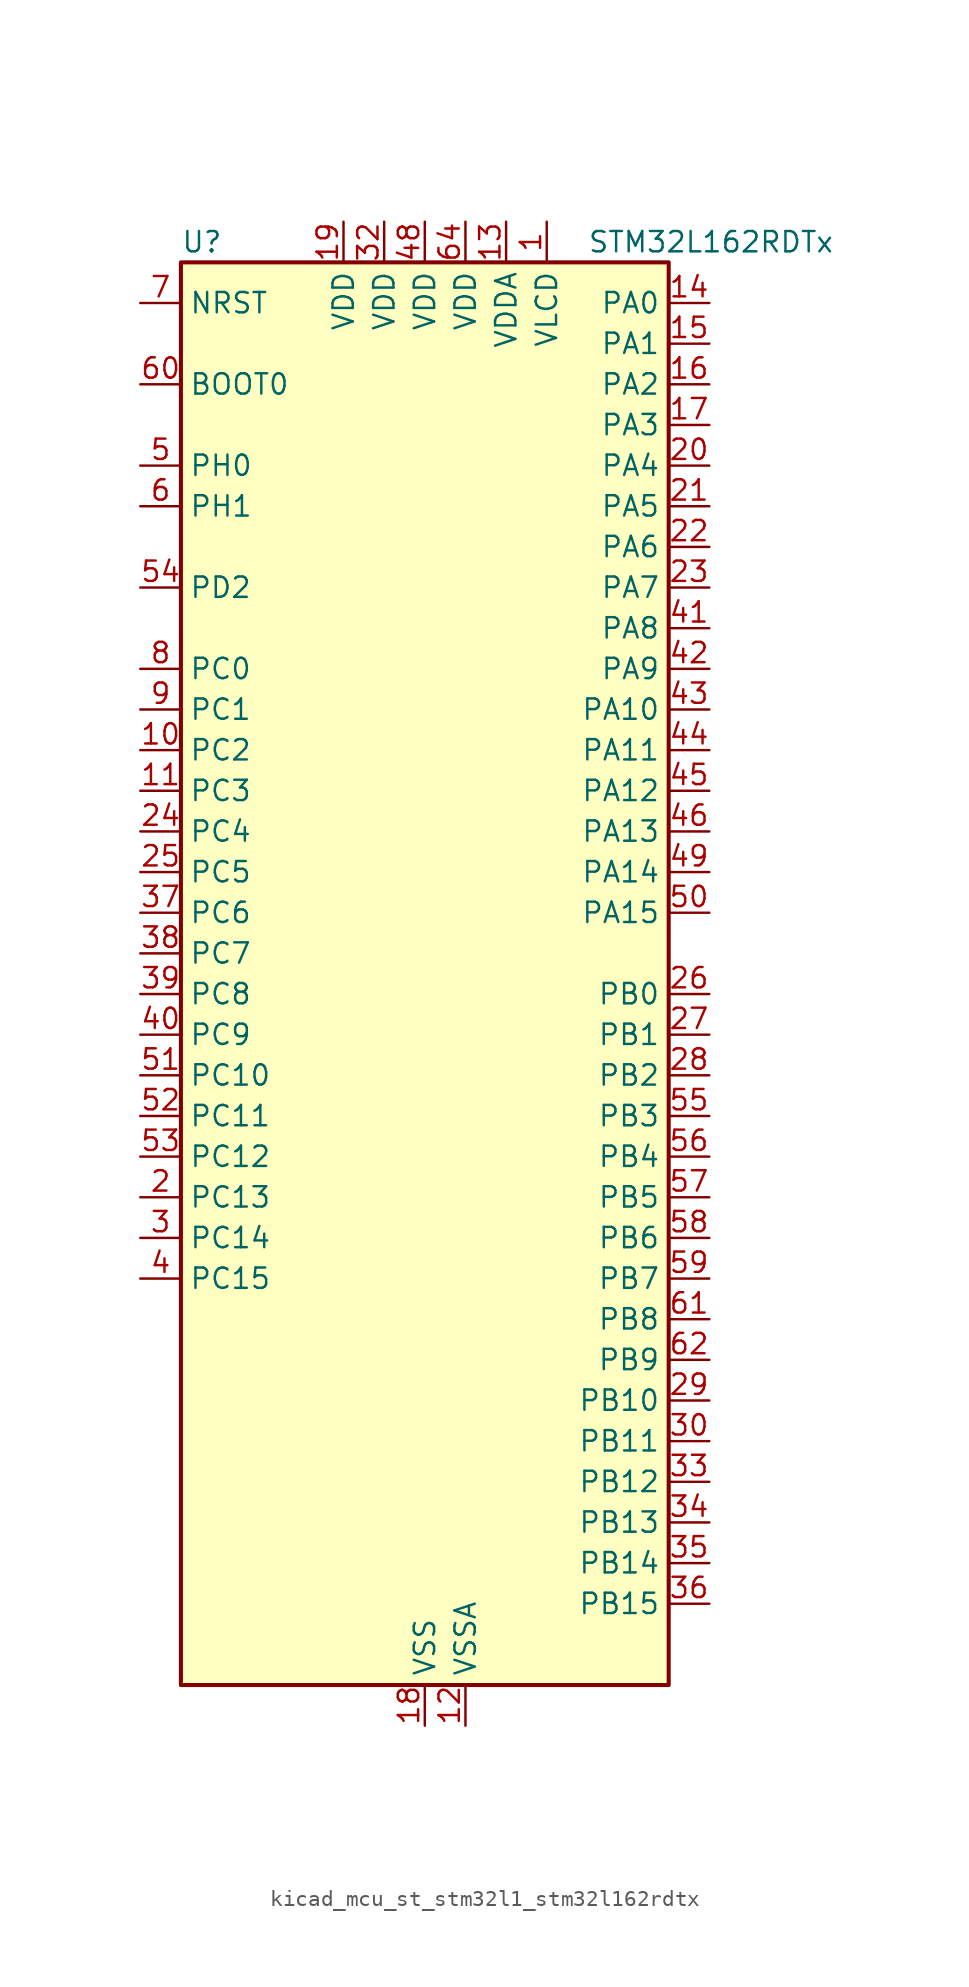
<source format=kicad_sym>
(kicad_symbol_lib
  (version 20220914)
  (generator kicad_symbol_editor)
  (symbol "kicad_mcu_st_stm32l1_stm32l162rdtx"
    (property "Reference" "U"
      (at -15.24 46.99 0)
      (effects (font (size 1.27 1.27)) (justify left)))
    (property "Value" "STM32L162RDTx"
      (at 10.16 46.99 0)
      (effects (font (size 1.27 1.27)) (justify left)))
    (property "ki_locked" ""
      (at 0 0 0)
      (effects (font (size 1.27 1.27))))
    (symbol "kicad_mcu_st_stm32l1_stm32l162rdtx_0_1"
      (rectangle (start -15.24 -43.18) (end 15.24 45.72) (stroke (width 0.254) (type default)) (fill (type background))))
    (symbol "kicad_mcu_st_stm32l1_stm32l162rdtx_1_1"
      (pin power_in line (at 7.62 48.26 270) (length 2.54) (name "VLCD" (effects (font (size 1.27 1.27)))) (number "1" (effects (font (size 1.27 1.27)))))
      (pin bidirectional line (at -17.78 15.24 0) (length 2.54) (name "PC2" (effects (font (size 1.27 1.27)))) (number "10" (effects (font (size 1.27 1.27)))) (alternate "ADC_IN12" bidirectional line) (alternate "COMP1_INP" bidirectional line) (alternate "LCD_SEG20" bidirectional line) (alternate "OPAMP3_VINM" bidirectional line) (alternate "TIMX_IC3" bidirectional line) (alternate "TS_G8_IO3" bidirectional line))
      (pin bidirectional line (at -17.78 12.7 0) (length 2.54) (name "PC3" (effects (font (size 1.27 1.27)))) (number "11" (effects (font (size 1.27 1.27)))) (alternate "ADC_IN13" bidirectional line) (alternate "COMP1_INP" bidirectional line) (alternate "LCD_SEG21" bidirectional line) (alternate "OPAMP3_VOUT" bidirectional line) (alternate "TIMX_IC4" bidirectional line) (alternate "TS_G8_IO4" bidirectional line))
      (pin power_in line (at 2.54 -45.72 90) (length 2.54) (name "VSSA" (effects (font (size 1.27 1.27)))) (number "12" (effects (font (size 1.27 1.27)))))
      (pin power_in line (at 5.08 48.26 270) (length 2.54) (name "VDDA" (effects (font (size 1.27 1.27)))) (number "13" (effects (font (size 1.27 1.27)))))
      (pin bidirectional line (at 17.78 43.18 180) (length 2.54) (name "PA0" (effects (font (size 1.27 1.27)))) (number "14" (effects (font (size 1.27 1.27)))) (alternate "ADC_IN0" bidirectional line) (alternate "COMP1_INP" bidirectional line) (alternate "RTC_TAMP2" bidirectional line) (alternate "SYS_WKUP1" bidirectional line) (alternate "TIM2_CH1" bidirectional line) (alternate "TIM2_ETR" bidirectional line) (alternate "TIM5_CH1" bidirectional line) (alternate "TIMX_IC1" bidirectional line) (alternate "TS_G1_IO1" bidirectional line) (alternate "USART2_CTS" bidirectional line))
      (pin bidirectional line (at 17.78 40.64 180) (length 2.54) (name "PA1" (effects (font (size 1.27 1.27)))) (number "15" (effects (font (size 1.27 1.27)))) (alternate "ADC_IN1" bidirectional line) (alternate "COMP1_INP" bidirectional line) (alternate "LCD_SEG0" bidirectional line) (alternate "OPAMP1_VINP" bidirectional line) (alternate "TIM2_CH2" bidirectional line) (alternate "TIM5_CH2" bidirectional line) (alternate "TIMX_IC2" bidirectional line) (alternate "TS_G1_IO2" bidirectional line) (alternate "USART2_RTS" bidirectional line))
      (pin bidirectional line (at 17.78 38.1 180) (length 2.54) (name "PA2" (effects (font (size 1.27 1.27)))) (number "16" (effects (font (size 1.27 1.27)))) (alternate "ADC_IN2" bidirectional line) (alternate "COMP1_INP" bidirectional line) (alternate "LCD_SEG1" bidirectional line) (alternate "OPAMP1_VINM" bidirectional line) (alternate "TIM2_CH3" bidirectional line) (alternate "TIM5_CH3" bidirectional line) (alternate "TIM9_CH1" bidirectional line) (alternate "TIMX_IC3" bidirectional line) (alternate "TS_G1_IO3" bidirectional line) (alternate "USART2_TX" bidirectional line))
      (pin bidirectional line (at 17.78 35.56 180) (length 2.54) (name "PA3" (effects (font (size 1.27 1.27)))) (number "17" (effects (font (size 1.27 1.27)))) (alternate "ADC_IN3" bidirectional line) (alternate "COMP1_INP" bidirectional line) (alternate "LCD_SEG2" bidirectional line) (alternate "OPAMP1_VOUT" bidirectional line) (alternate "TIM2_CH4" bidirectional line) (alternate "TIM5_CH4" bidirectional line) (alternate "TIM9_CH2" bidirectional line) (alternate "TIMX_IC4" bidirectional line) (alternate "TS_G1_IO4" bidirectional line) (alternate "USART2_RX" bidirectional line))
      (pin power_in line (at 0 -45.72 90) (length 2.54) (name "VSS" (effects (font (size 1.27 1.27)))) (number "18" (effects (font (size 1.27 1.27)))))
      (pin power_in line (at -5.08 48.26 270) (length 2.54) (name "VDD" (effects (font (size 1.27 1.27)))) (number "19" (effects (font (size 1.27 1.27)))))
      (pin bidirectional line (at -17.78 -12.7 0) (length 2.54) (name "PC13" (effects (font (size 1.27 1.27)))) (number "2" (effects (font (size 1.27 1.27)))) (alternate "RTC_OUT_ALARM" bidirectional line) (alternate "RTC_OUT_CALIB" bidirectional line) (alternate "RTC_TAMP1" bidirectional line) (alternate "RTC_TS" bidirectional line) (alternate "SYS_WKUP2" bidirectional line) (alternate "TIMX_IC2" bidirectional line))
      (pin bidirectional line (at 17.78 33.02 180) (length 2.54) (name "PA4" (effects (font (size 1.27 1.27)))) (number "20" (effects (font (size 1.27 1.27)))) (alternate "ADC_IN4" bidirectional line) (alternate "COMP1_INP" bidirectional line) (alternate "DAC_OUT1" bidirectional line) (alternate "I2S3_WS" bidirectional line) (alternate "SPI1_NSS" bidirectional line) (alternate "SPI3_NSS" bidirectional line) (alternate "TIMX_IC1" bidirectional line) (alternate "USART2_CK" bidirectional line))
      (pin bidirectional line (at 17.78 30.48 180) (length 2.54) (name "PA5" (effects (font (size 1.27 1.27)))) (number "21" (effects (font (size 1.27 1.27)))) (alternate "ADC_IN5" bidirectional line) (alternate "COMP1_INP" bidirectional line) (alternate "DAC_OUT2" bidirectional line) (alternate "SPI1_SCK" bidirectional line) (alternate "TIM2_CH1" bidirectional line) (alternate "TIM2_ETR" bidirectional line) (alternate "TIMX_IC2" bidirectional line))
      (pin bidirectional line (at 17.78 27.94 180) (length 2.54) (name "PA6" (effects (font (size 1.27 1.27)))) (number "22" (effects (font (size 1.27 1.27)))) (alternate "ADC_IN6" bidirectional line) (alternate "COMP1_INP" bidirectional line) (alternate "LCD_SEG3" bidirectional line) (alternate "OPAMP2_VINP" bidirectional line) (alternate "SPI1_MISO" bidirectional line) (alternate "TIM10_CH1" bidirectional line) (alternate "TIM3_CH1" bidirectional line) (alternate "TIMX_IC3" bidirectional line) (alternate "TS_G2_IO1" bidirectional line))
      (pin bidirectional line (at 17.78 25.4 180) (length 2.54) (name "PA7" (effects (font (size 1.27 1.27)))) (number "23" (effects (font (size 1.27 1.27)))) (alternate "ADC_IN7" bidirectional line) (alternate "COMP1_INP" bidirectional line) (alternate "LCD_SEG4" bidirectional line) (alternate "OPAMP2_VINM" bidirectional line) (alternate "SPI1_MOSI" bidirectional line) (alternate "TIM11_CH1" bidirectional line) (alternate "TIM3_CH2" bidirectional line) (alternate "TIMX_IC4" bidirectional line) (alternate "TS_G2_IO2" bidirectional line))
      (pin bidirectional line (at -17.78 10.16 0) (length 2.54) (name "PC4" (effects (font (size 1.27 1.27)))) (number "24" (effects (font (size 1.27 1.27)))) (alternate "ADC_IN14" bidirectional line) (alternate "COMP1_INP" bidirectional line) (alternate "LCD_SEG22" bidirectional line) (alternate "TIMX_IC1" bidirectional line) (alternate "TS_G9_IO1" bidirectional line))
      (pin bidirectional line (at -17.78 7.62 0) (length 2.54) (name "PC5" (effects (font (size 1.27 1.27)))) (number "25" (effects (font (size 1.27 1.27)))) (alternate "ADC_IN15" bidirectional line) (alternate "COMP1_INP" bidirectional line) (alternate "LCD_SEG23" bidirectional line) (alternate "TIMX_IC2" bidirectional line) (alternate "TS_G9_IO2" bidirectional line))
      (pin bidirectional line (at 17.78 0 180) (length 2.54) (name "PB0" (effects (font (size 1.27 1.27)))) (number "26" (effects (font (size 1.27 1.27)))) (alternate "ADC_IN8" bidirectional line) (alternate "COMP1_INP" bidirectional line) (alternate "LCD_SEG5" bidirectional line) (alternate "OPAMP2_VOUT" bidirectional line) (alternate "SYS_V_REF_OUT" bidirectional line) (alternate "TIM3_CH3" bidirectional line) (alternate "TS_G3_IO1" bidirectional line))
      (pin bidirectional line (at 17.78 -2.54 180) (length 2.54) (name "PB1" (effects (font (size 1.27 1.27)))) (number "27" (effects (font (size 1.27 1.27)))) (alternate "ADC_IN9" bidirectional line) (alternate "COMP1_INP" bidirectional line) (alternate "LCD_SEG6" bidirectional line) (alternate "SYS_V_REF_OUT" bidirectional line) (alternate "TIM3_CH4" bidirectional line) (alternate "TS_G3_IO2" bidirectional line))
      (pin bidirectional line (at 17.78 -5.08 180) (length 2.54) (name "PB2" (effects (font (size 1.27 1.27)))) (number "28" (effects (font (size 1.27 1.27)))) (alternate "TS_G3_IO3" bidirectional line))
      (pin bidirectional line (at 17.78 -25.4 180) (length 2.54) (name "PB10" (effects (font (size 1.27 1.27)))) (number "29" (effects (font (size 1.27 1.27)))) (alternate "I2C2_SCL" bidirectional line) (alternate "LCD_SEG10" bidirectional line) (alternate "TIM2_CH3" bidirectional line) (alternate "USART3_TX" bidirectional line))
      (pin bidirectional line (at -17.78 -15.24 0) (length 2.54) (name "PC14" (effects (font (size 1.27 1.27)))) (number "3" (effects (font (size 1.27 1.27)))) (alternate "RCC_OSC32_IN" bidirectional line) (alternate "TIMX_IC3" bidirectional line))
      (pin bidirectional line (at 17.78 -27.94 180) (length 2.54) (name "PB11" (effects (font (size 1.27 1.27)))) (number "30" (effects (font (size 1.27 1.27)))) (alternate "ADC_EXTI11" bidirectional line) (alternate "I2C2_SDA" bidirectional line) (alternate "LCD_SEG11" bidirectional line) (alternate "TIM2_CH4" bidirectional line) (alternate "USART3_RX" bidirectional line))
      (pin passive line (at 0 -45.72 90) (length 2.54) hide (name "VSS" (effects (font (size 1.27 1.27)))) (number "31" (effects (font (size 1.27 1.27)))))
      (pin power_in line (at -2.54 48.26 270) (length 2.54) (name "VDD" (effects (font (size 1.27 1.27)))) (number "32" (effects (font (size 1.27 1.27)))))
      (pin bidirectional line (at 17.78 -30.48 180) (length 2.54) (name "PB12" (effects (font (size 1.27 1.27)))) (number "33" (effects (font (size 1.27 1.27)))) (alternate "ADC_IN18" bidirectional line) (alternate "COMP1_INP" bidirectional line) (alternate "I2C2_SMBA" bidirectional line) (alternate "I2S2_WS" bidirectional line) (alternate "LCD_SEG12" bidirectional line) (alternate "SPI2_NSS" bidirectional line) (alternate "TIM10_CH1" bidirectional line) (alternate "TS_G7_IO1" bidirectional line) (alternate "USART3_CK" bidirectional line))
      (pin bidirectional line (at 17.78 -33.02 180) (length 2.54) (name "PB13" (effects (font (size 1.27 1.27)))) (number "34" (effects (font (size 1.27 1.27)))) (alternate "ADC_IN19" bidirectional line) (alternate "COMP1_INP" bidirectional line) (alternate "I2S2_CK" bidirectional line) (alternate "LCD_SEG13" bidirectional line) (alternate "SPI2_SCK" bidirectional line) (alternate "TIM9_CH1" bidirectional line) (alternate "TS_G7_IO2" bidirectional line) (alternate "USART3_CTS" bidirectional line))
      (pin bidirectional line (at 17.78 -35.56 180) (length 2.54) (name "PB14" (effects (font (size 1.27 1.27)))) (number "35" (effects (font (size 1.27 1.27)))) (alternate "ADC_IN20" bidirectional line) (alternate "COMP1_INP" bidirectional line) (alternate "LCD_SEG14" bidirectional line) (alternate "SPI2_MISO" bidirectional line) (alternate "TIM9_CH2" bidirectional line) (alternate "TS_G7_IO3" bidirectional line) (alternate "USART3_RTS" bidirectional line))
      (pin bidirectional line (at 17.78 -38.1 180) (length 2.54) (name "PB15" (effects (font (size 1.27 1.27)))) (number "36" (effects (font (size 1.27 1.27)))) (alternate "ADC_EXTI15" bidirectional line) (alternate "ADC_IN21" bidirectional line) (alternate "COMP1_INP" bidirectional line) (alternate "I2S2_SD" bidirectional line) (alternate "LCD_SEG15" bidirectional line) (alternate "RTC_REFIN" bidirectional line) (alternate "SPI2_MOSI" bidirectional line) (alternate "TIM11_CH1" bidirectional line) (alternate "TS_G7_IO4" bidirectional line))
      (pin bidirectional line (at -17.78 5.08 0) (length 2.54) (name "PC6" (effects (font (size 1.27 1.27)))) (number "37" (effects (font (size 1.27 1.27)))) (alternate "I2S2_MCK" bidirectional line) (alternate "LCD_SEG24" bidirectional line) (alternate "SDIO_D6" bidirectional line) (alternate "TIM3_CH1" bidirectional line) (alternate "TIMX_IC3" bidirectional line) (alternate "TS_G10_IO1" bidirectional line))
      (pin bidirectional line (at -17.78 2.54 0) (length 2.54) (name "PC7" (effects (font (size 1.27 1.27)))) (number "38" (effects (font (size 1.27 1.27)))) (alternate "I2S3_MCK" bidirectional line) (alternate "LCD_SEG25" bidirectional line) (alternate "SDIO_D7" bidirectional line) (alternate "TIM3_CH2" bidirectional line) (alternate "TIMX_IC4" bidirectional line) (alternate "TS_G10_IO2" bidirectional line))
      (pin bidirectional line (at -17.78 0 0) (length 2.54) (name "PC8" (effects (font (size 1.27 1.27)))) (number "39" (effects (font (size 1.27 1.27)))) (alternate "LCD_SEG26" bidirectional line) (alternate "SDIO_D0" bidirectional line) (alternate "TIM3_CH3" bidirectional line) (alternate "TIMX_IC1" bidirectional line) (alternate "TS_G10_IO3" bidirectional line))
      (pin bidirectional line (at -17.78 -17.78 0) (length 2.54) (name "PC15" (effects (font (size 1.27 1.27)))) (number "4" (effects (font (size 1.27 1.27)))) (alternate "ADC_EXTI15" bidirectional line) (alternate "RCC_OSC32_OUT" bidirectional line) (alternate "TIMX_IC4" bidirectional line))
      (pin bidirectional line (at -17.78 -2.54 0) (length 2.54) (name "PC9" (effects (font (size 1.27 1.27)))) (number "40" (effects (font (size 1.27 1.27)))) (alternate "DAC_EXTI9" bidirectional line) (alternate "LCD_SEG27" bidirectional line) (alternate "SDIO_D1" bidirectional line) (alternate "TIM3_CH4" bidirectional line) (alternate "TIMX_IC2" bidirectional line) (alternate "TS_G10_IO4" bidirectional line))
      (pin bidirectional line (at 17.78 22.86 180) (length 2.54) (name "PA8" (effects (font (size 1.27 1.27)))) (number "41" (effects (font (size 1.27 1.27)))) (alternate "LCD_COM0" bidirectional line) (alternate "RCC_MCO" bidirectional line) (alternate "TIMX_IC1" bidirectional line) (alternate "TS_G4_IO1" bidirectional line) (alternate "USART1_CK" bidirectional line))
      (pin bidirectional line (at 17.78 20.32 180) (length 2.54) (name "PA9" (effects (font (size 1.27 1.27)))) (number "42" (effects (font (size 1.27 1.27)))) (alternate "DAC_EXTI9" bidirectional line) (alternate "LCD_COM1" bidirectional line) (alternate "TIMX_IC2" bidirectional line) (alternate "TS_G4_IO2" bidirectional line) (alternate "USART1_TX" bidirectional line))
      (pin bidirectional line (at 17.78 17.78 180) (length 2.54) (name "PA10" (effects (font (size 1.27 1.27)))) (number "43" (effects (font (size 1.27 1.27)))) (alternate "LCD_COM2" bidirectional line) (alternate "TIMX_IC3" bidirectional line) (alternate "TS_G4_IO3" bidirectional line) (alternate "USART1_RX" bidirectional line))
      (pin bidirectional line (at 17.78 15.24 180) (length 2.54) (name "PA11" (effects (font (size 1.27 1.27)))) (number "44" (effects (font (size 1.27 1.27)))) (alternate "ADC_EXTI11" bidirectional line) (alternate "SPI1_MISO" bidirectional line) (alternate "TIMX_IC4" bidirectional line) (alternate "USART1_CTS" bidirectional line) (alternate "USB_DM" bidirectional line))
      (pin bidirectional line (at 17.78 12.7 180) (length 2.54) (name "PA12" (effects (font (size 1.27 1.27)))) (number "45" (effects (font (size 1.27 1.27)))) (alternate "SPI1_MOSI" bidirectional line) (alternate "TIMX_IC1" bidirectional line) (alternate "USART1_RTS" bidirectional line) (alternate "USB_DP" bidirectional line))
      (pin bidirectional line (at 17.78 10.16 180) (length 2.54) (name "PA13" (effects (font (size 1.27 1.27)))) (number "46" (effects (font (size 1.27 1.27)))) (alternate "SYS_JTMS-SWDIO" bidirectional line) (alternate "TIMX_IC2" bidirectional line) (alternate "TS_G5_IO1" bidirectional line))
      (pin passive line (at 0 -45.72 90) (length 2.54) hide (name "VSS" (effects (font (size 1.27 1.27)))) (number "47" (effects (font (size 1.27 1.27)))))
      (pin power_in line (at 0 48.26 270) (length 2.54) (name "VDD" (effects (font (size 1.27 1.27)))) (number "48" (effects (font (size 1.27 1.27)))))
      (pin bidirectional line (at 17.78 7.62 180) (length 2.54) (name "PA14" (effects (font (size 1.27 1.27)))) (number "49" (effects (font (size 1.27 1.27)))) (alternate "SYS_JTCK-SWCLK" bidirectional line) (alternate "TIMX_IC3" bidirectional line) (alternate "TS_G5_IO2" bidirectional line))
      (pin bidirectional line (at -17.78 33.02 0) (length 2.54) (name "PH0" (effects (font (size 1.27 1.27)))) (number "5" (effects (font (size 1.27 1.27)))) (alternate "RCC_OSC_IN" bidirectional line))
      (pin bidirectional line (at 17.78 5.08 180) (length 2.54) (name "PA15" (effects (font (size 1.27 1.27)))) (number "50" (effects (font (size 1.27 1.27)))) (alternate "ADC_EXTI15" bidirectional line) (alternate "I2S3_WS" bidirectional line) (alternate "LCD_SEG17" bidirectional line) (alternate "SPI1_NSS" bidirectional line) (alternate "SPI3_NSS" bidirectional line) (alternate "SYS_JTDI" bidirectional line) (alternate "TIM2_CH1" bidirectional line) (alternate "TIM2_ETR" bidirectional line) (alternate "TIMX_IC4" bidirectional line) (alternate "TS_G5_IO3" bidirectional line))
      (pin bidirectional line (at -17.78 -5.08 0) (length 2.54) (name "PC10" (effects (font (size 1.27 1.27)))) (number "51" (effects (font (size 1.27 1.27)))) (alternate "I2S3_CK" bidirectional line) (alternate "LCD_COM4" bidirectional line) (alternate "LCD_SEG28" bidirectional line) (alternate "LCD_SEG40" bidirectional line) (alternate "SDIO_D2" bidirectional line) (alternate "SPI3_SCK" bidirectional line) (alternate "TIMX_IC3" bidirectional line) (alternate "UART4_TX" bidirectional line) (alternate "USART3_TX" bidirectional line))
      (pin bidirectional line (at -17.78 -7.62 0) (length 2.54) (name "PC11" (effects (font (size 1.27 1.27)))) (number "52" (effects (font (size 1.27 1.27)))) (alternate "ADC_EXTI11" bidirectional line) (alternate "LCD_COM5" bidirectional line) (alternate "LCD_SEG29" bidirectional line) (alternate "LCD_SEG41" bidirectional line) (alternate "SDIO_D3" bidirectional line) (alternate "SPI3_MISO" bidirectional line) (alternate "TIMX_IC4" bidirectional line) (alternate "UART4_RX" bidirectional line) (alternate "USART3_RX" bidirectional line))
      (pin bidirectional line (at -17.78 -10.16 0) (length 2.54) (name "PC12" (effects (font (size 1.27 1.27)))) (number "53" (effects (font (size 1.27 1.27)))) (alternate "I2S3_SD" bidirectional line) (alternate "LCD_COM6" bidirectional line) (alternate "LCD_SEG30" bidirectional line) (alternate "LCD_SEG42" bidirectional line) (alternate "SDIO_CK" bidirectional line) (alternate "SPI3_MOSI" bidirectional line) (alternate "TIMX_IC1" bidirectional line) (alternate "UART5_TX" bidirectional line) (alternate "USART3_CK" bidirectional line))
      (pin bidirectional line (at -17.78 25.4 0) (length 2.54) (name "PD2" (effects (font (size 1.27 1.27)))) (number "54" (effects (font (size 1.27 1.27)))) (alternate "LCD_COM7" bidirectional line) (alternate "LCD_SEG31" bidirectional line) (alternate "LCD_SEG43" bidirectional line) (alternate "SDIO_CMD" bidirectional line) (alternate "TIM3_ETR" bidirectional line) (alternate "TIMX_IC3" bidirectional line) (alternate "UART5_RX" bidirectional line))
      (pin bidirectional line (at 17.78 -7.62 180) (length 2.54) (name "PB3" (effects (font (size 1.27 1.27)))) (number "55" (effects (font (size 1.27 1.27)))) (alternate "COMP2_INM" bidirectional line) (alternate "I2S3_CK" bidirectional line) (alternate "LCD_SEG7" bidirectional line) (alternate "SPI1_SCK" bidirectional line) (alternate "SPI3_SCK" bidirectional line) (alternate "SYS_JTDO-TRACESWO" bidirectional line) (alternate "TIM2_CH2" bidirectional line))
      (pin bidirectional line (at 17.78 -10.16 180) (length 2.54) (name "PB4" (effects (font (size 1.27 1.27)))) (number "56" (effects (font (size 1.27 1.27)))) (alternate "COMP2_INP" bidirectional line) (alternate "LCD_SEG8" bidirectional line) (alternate "SPI1_MISO" bidirectional line) (alternate "SPI3_MISO" bidirectional line) (alternate "SYS_JTRST" bidirectional line) (alternate "TIM3_CH1" bidirectional line) (alternate "TS_G6_IO1" bidirectional line))
      (pin bidirectional line (at 17.78 -12.7 180) (length 2.54) (name "PB5" (effects (font (size 1.27 1.27)))) (number "57" (effects (font (size 1.27 1.27)))) (alternate "COMP2_INP" bidirectional line) (alternate "I2C1_SMBA" bidirectional line) (alternate "I2S3_SD" bidirectional line) (alternate "LCD_SEG9" bidirectional line) (alternate "SPI1_MOSI" bidirectional line) (alternate "SPI3_MOSI" bidirectional line) (alternate "TIM3_CH2" bidirectional line) (alternate "TS_G6_IO2" bidirectional line))
      (pin bidirectional line (at 17.78 -15.24 180) (length 2.54) (name "PB6" (effects (font (size 1.27 1.27)))) (number "58" (effects (font (size 1.27 1.27)))) (alternate "COMP2_INP" bidirectional line) (alternate "I2C1_SCL" bidirectional line) (alternate "TIM4_CH1" bidirectional line) (alternate "TS_G6_IO3" bidirectional line) (alternate "USART1_TX" bidirectional line))
      (pin bidirectional line (at 17.78 -17.78 180) (length 2.54) (name "PB7" (effects (font (size 1.27 1.27)))) (number "59" (effects (font (size 1.27 1.27)))) (alternate "COMP2_INP" bidirectional line) (alternate "I2C1_SDA" bidirectional line) (alternate "SYS_PVD_IN" bidirectional line) (alternate "TIM4_CH2" bidirectional line) (alternate "TS_G6_IO4" bidirectional line) (alternate "USART1_RX" bidirectional line))
      (pin bidirectional line (at -17.78 30.48 0) (length 2.54) (name "PH1" (effects (font (size 1.27 1.27)))) (number "6" (effects (font (size 1.27 1.27)))) (alternate "RCC_OSC_OUT" bidirectional line))
      (pin input line (at -17.78 38.1 0) (length 2.54) (name "BOOT0" (effects (font (size 1.27 1.27)))) (number "60" (effects (font (size 1.27 1.27)))))
      (pin bidirectional line (at 17.78 -20.32 180) (length 2.54) (name "PB8" (effects (font (size 1.27 1.27)))) (number "61" (effects (font (size 1.27 1.27)))) (alternate "I2C1_SCL" bidirectional line) (alternate "LCD_SEG16" bidirectional line) (alternate "SDIO_D4" bidirectional line) (alternate "TIM10_CH1" bidirectional line) (alternate "TIM4_CH3" bidirectional line))
      (pin bidirectional line (at 17.78 -22.86 180) (length 2.54) (name "PB9" (effects (font (size 1.27 1.27)))) (number "62" (effects (font (size 1.27 1.27)))) (alternate "DAC_EXTI9" bidirectional line) (alternate "I2C1_SDA" bidirectional line) (alternate "LCD_COM3" bidirectional line) (alternate "SDIO_D5" bidirectional line) (alternate "TIM11_CH1" bidirectional line) (alternate "TIM4_CH4" bidirectional line))
      (pin passive line (at 0 -45.72 90) (length 2.54) hide (name "VSS" (effects (font (size 1.27 1.27)))) (number "63" (effects (font (size 1.27 1.27)))))
      (pin power_in line (at 2.54 48.26 270) (length 2.54) (name "VDD" (effects (font (size 1.27 1.27)))) (number "64" (effects (font (size 1.27 1.27)))))
      (pin input line (at -17.78 43.18 0) (length 2.54) (name "NRST" (effects (font (size 1.27 1.27)))) (number "7" (effects (font (size 1.27 1.27)))))
      (pin bidirectional line (at -17.78 20.32 0) (length 2.54) (name "PC0" (effects (font (size 1.27 1.27)))) (number "8" (effects (font (size 1.27 1.27)))) (alternate "ADC_IN10" bidirectional line) (alternate "COMP1_INP" bidirectional line) (alternate "LCD_SEG18" bidirectional line) (alternate "TIMX_IC1" bidirectional line) (alternate "TS_G8_IO1" bidirectional line))
      (pin bidirectional line (at -17.78 17.78 0) (length 2.54) (name "PC1" (effects (font (size 1.27 1.27)))) (number "9" (effects (font (size 1.27 1.27)))) (alternate "ADC_IN11" bidirectional line) (alternate "COMP1_INP" bidirectional line) (alternate "LCD_SEG19" bidirectional line) (alternate "OPAMP3_VINP" bidirectional line) (alternate "TIMX_IC2" bidirectional line) (alternate "TS_G8_IO2" bidirectional line)))))
</source>
